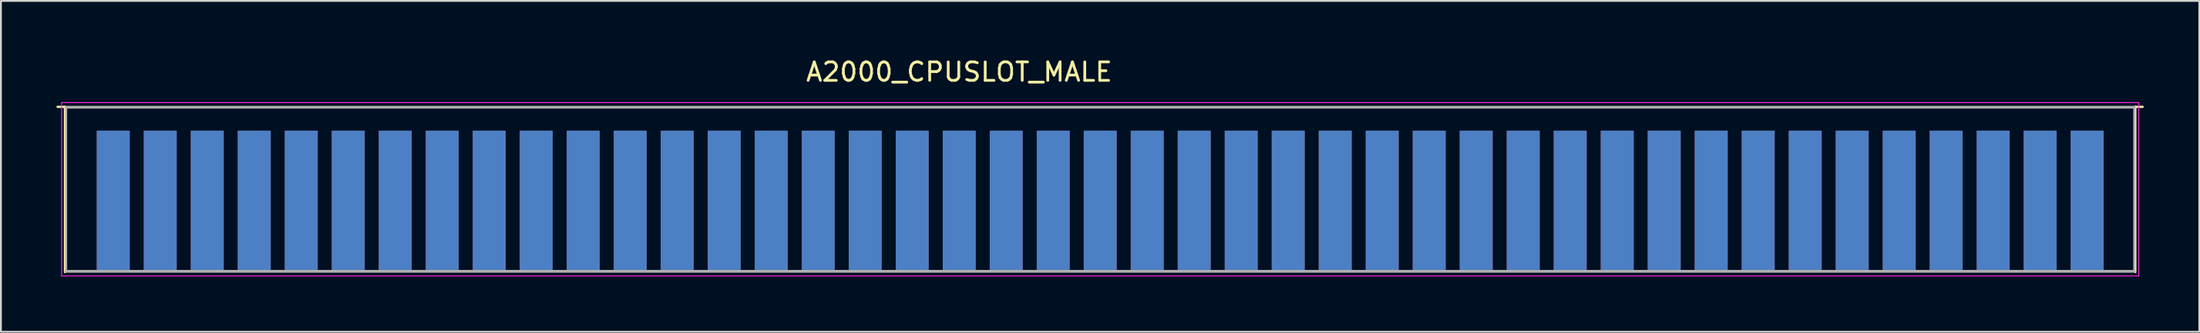
<source format=kicad_pcb>
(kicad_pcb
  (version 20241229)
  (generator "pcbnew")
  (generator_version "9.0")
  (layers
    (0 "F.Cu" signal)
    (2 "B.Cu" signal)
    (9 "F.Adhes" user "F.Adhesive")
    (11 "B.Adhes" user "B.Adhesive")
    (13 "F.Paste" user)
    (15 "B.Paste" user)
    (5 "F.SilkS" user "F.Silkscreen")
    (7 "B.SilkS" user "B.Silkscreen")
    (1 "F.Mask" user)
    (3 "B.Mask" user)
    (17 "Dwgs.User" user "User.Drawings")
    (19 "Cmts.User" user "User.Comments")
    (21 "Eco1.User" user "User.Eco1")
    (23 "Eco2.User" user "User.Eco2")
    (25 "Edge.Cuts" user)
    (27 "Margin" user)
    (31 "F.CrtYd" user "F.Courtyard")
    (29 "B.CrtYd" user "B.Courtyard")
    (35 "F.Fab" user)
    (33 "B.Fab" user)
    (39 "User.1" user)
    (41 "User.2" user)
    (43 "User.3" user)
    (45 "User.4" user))
  (footprint "A2000_CPUSLOT_MALE"
    (layer "F.Cu")
    (at 109.75 7.838)
    (property "Reference" "A2000_CPUSLOT_MALE" (at -60.96 -6.99 0) (layer "F.SilkS") (effects (font (size 1 1) (thickness 0.15))))
    (attr through_hole)
    (fp_line (start -109.29 -5.1) (end -109.69 -5.1) (stroke (width 0.12) (type solid)) (layer "F.SilkS"))
    (fp_line (start -109.29 3.85) (end -109.29 -5.1) (stroke (width 0.12) (type solid)) (layer "F.SilkS"))
    (fp_line (start 2.6 -5.1) (end 3 -5.1) (stroke (width 0.12) (type solid)) (layer "F.SilkS"))
    (fp_line (start 2.6 3.85) (end 2.6 -5.1) (stroke (width 0.12) (type solid)) (layer "F.SilkS"))
    (fp_line (start -109.47 -5.33) (end -109.47 4.06) (stroke (width 0.05) (type solid)) (layer "F.CrtYd"))
    (fp_line (start -109.47 -5.33) (end 2.79 -5.33) (stroke (width 0.05) (type solid)) (layer "F.CrtYd"))
    (fp_line (start 2.79 4.06) (end -109.47 4.06) (stroke (width 0.05) (type solid)) (layer "F.CrtYd"))
    (fp_line (start 2.79 4.06) (end 2.79 -5.33) (stroke (width 0.05) (type solid)) (layer "F.CrtYd"))
    (fp_line (start -109.22 3.81) (end -109.22 -5.08) (stroke (width 0.1) (type solid)) (layer "F.Fab"))
    (fp_line (start 2.54 -5.08) (end -109.22 -5.08) (stroke (width 0.15) (type solid)) (layer "F.Fab"))
    (fp_line (start 2.54 -5.08) (end 2.54 3.81) (stroke (width 0.1) (type solid)) (layer "F.Fab"))
    (fp_line (start 2.54 3.81) (end -109.22 3.81) (stroke (width 0.15) (type solid)) (layer "F.Fab"))
    (pad "1" connect rect (at 0 0) (size 1.78 7.62) (layers "B.Cu" "B.Mask"))
    (pad "2" connect rect (at 0 0) (size 1.78 7.62) (layers "F.Cu" "F.Mask"))
    (pad "3" connect rect (at -2.54 0) (size 1.78 7.62) (layers "B.Cu" "B.Mask"))
    (pad "4" connect rect (at -2.54 0) (size 1.78 7.62) (layers "F.Cu" "F.Mask"))
    (pad "5" connect rect (at -5.08 0) (size 1.78 7.62) (layers "B.Cu" "B.Mask"))
    (pad "6" connect rect (at -5.08 0) (size 1.78 7.62) (layers "F.Cu" "F.Mask"))
    (pad "7" connect rect (at -7.62 0) (size 1.78 7.62) (layers "B.Cu" "B.Mask"))
    (pad "8" connect rect (at -7.62 0) (size 1.78 7.62) (layers "F.Cu" "F.Mask"))
    (pad "9" connect rect (at -10.16 0) (size 1.78 7.62) (layers "B.Cu" "B.Mask"))
    (pad "10" connect rect (at -10.16 0) (size 1.78 7.62) (layers "F.Cu" "F.Mask"))
    (pad "11" connect rect (at -12.7 0) (size 1.78 7.62) (layers "B.Cu" "B.Mask"))
    (pad "12" connect rect (at -12.7 0) (size 1.78 7.62) (layers "F.Cu" "F.Mask"))
    (pad "13" connect rect (at -15.24 0) (size 1.78 7.62) (layers "B.Cu" "B.Mask"))
    (pad "14" connect rect (at -15.24 0) (size 1.78 7.62) (layers "F.Cu" "F.Mask"))
    (pad "15" connect rect (at -17.78 0) (size 1.78 7.62) (layers "B.Cu" "B.Mask"))
    (pad "16" connect rect (at -17.78 0) (size 1.78 7.62) (layers "F.Cu" "F.Mask"))
    (pad "17" connect rect (at -20.32 0) (size 1.78 7.62) (layers "B.Cu" "B.Mask"))
    (pad "18" connect rect (at -20.32 0) (size 1.78 7.62) (layers "F.Cu" "F.Mask"))
    (pad "19" connect rect (at -22.86 0) (size 1.78 7.62) (layers "B.Cu" "B.Mask"))
    (pad "20" connect rect (at -22.86 0) (size 1.78 7.62) (layers "F.Cu" "F.Mask"))
    (pad "21" connect rect (at -25.4 0) (size 1.78 7.62) (layers "B.Cu" "B.Mask"))
    (pad "22" connect rect (at -25.4 0) (size 1.78 7.62) (layers "F.Cu" "F.Mask"))
    (pad "23" connect rect (at -27.94 0) (size 1.78 7.62) (layers "B.Cu" "B.Mask"))
    (pad "24" connect rect (at -27.94 0) (size 1.78 7.62) (layers "F.Cu" "F.Mask"))
    (pad "25" connect rect (at -30.48 0) (size 1.78 7.62) (layers "B.Cu" "B.Mask"))
    (pad "26" connect rect (at -30.48 0) (size 1.78 7.62) (layers "F.Cu" "F.Mask"))
    (pad "27" connect rect (at -33.02 0) (size 1.78 7.62) (layers "B.Cu" "B.Mask"))
    (pad "28" connect rect (at -33.02 0) (size 1.78 7.62) (layers "F.Cu" "F.Mask"))
    (pad "29" connect rect (at -35.56 0) (size 1.78 7.62) (layers "B.Cu" "B.Mask"))
    (pad "30" connect rect (at -35.56 0) (size 1.78 7.62) (layers "F.Cu" "F.Mask"))
    (pad "31" connect rect (at -38.1 0) (size 1.78 7.62) (layers "B.Cu" "B.Mask"))
    (pad "32" connect rect (at -38.1 0) (size 1.78 7.62) (layers "F.Cu" "F.Mask"))
    (pad "33" connect rect (at -40.64 0) (size 1.78 7.62) (layers "B.Cu" "B.Mask"))
    (pad "34" connect rect (at -40.64 0) (size 1.78 7.62) (layers "F.Cu" "F.Mask"))
    (pad "35" connect rect (at -43.18 0) (size 1.78 7.62) (layers "B.Cu" "B.Mask"))
    (pad "36" connect rect (at -43.18 0) (size 1.78 7.62) (layers "F.Cu" "F.Mask"))
    (pad "37" connect rect (at -45.72 0) (size 1.78 7.62) (layers "B.Cu" "B.Mask"))
    (pad "38" connect rect (at -45.72 0) (size 1.78 7.62) (layers "F.Cu" "F.Mask"))
    (pad "39" connect rect (at -48.26 0) (size 1.78 7.62) (layers "B.Cu" "B.Mask"))
    (pad "40" connect rect (at -48.26 0) (size 1.78 7.62) (layers "F.Cu" "F.Mask"))
    (pad "41" connect rect (at -50.8 0) (size 1.78 7.62) (layers "B.Cu" "B.Mask"))
    (pad "42" connect rect (at -50.8 0) (size 1.78 7.62) (layers "F.Cu" "F.Mask"))
    (pad "43" connect rect (at -53.34 0) (size 1.78 7.62) (layers "B.Cu" "B.Mask"))
    (pad "44" connect rect (at -53.34 0) (size 1.78 7.62) (layers "F.Cu" "F.Mask"))
    (pad "45" connect rect (at -55.88 0) (size 1.78 7.62) (layers "B.Cu" "B.Mask"))
    (pad "46" connect rect (at -55.88 0) (size 1.78 7.62) (layers "F.Cu" "F.Mask"))
    (pad "47" connect rect (at -58.42 0) (size 1.78 7.62) (layers "B.Cu" "B.Mask"))
    (pad "48" connect rect (at -58.42 0) (size 1.78 7.62) (layers "F.Cu" "F.Mask"))
    (pad "49" connect rect (at -60.96 0) (size 1.78 7.62) (layers "B.Cu" "B.Mask"))
    (pad "50" connect rect (at -60.96 0) (size 1.78 7.62) (layers "F.Cu" "F.Mask"))
    (pad "51" connect rect (at -63.5 0) (size 1.78 7.62) (layers "B.Cu" "B.Mask"))
    (pad "52" connect rect (at -63.5 0) (size 1.78 7.62) (layers "F.Cu" "F.Mask"))
    (pad "53" connect rect (at -66.04 0) (size 1.78 7.62) (layers "B.Cu" "B.Mask"))
    (pad "54" connect rect (at -66.04 0) (size 1.78 7.62) (layers "F.Cu" "F.Mask"))
    (pad "55" connect rect (at -68.58 0) (size 1.78 7.62) (layers "B.Cu" "B.Mask"))
    (pad "56" connect rect (at -68.58 0) (size 1.78 7.62) (layers "F.Cu" "F.Mask"))
    (pad "57" connect rect (at -71.12 0) (size 1.78 7.62) (layers "B.Cu" "B.Mask"))
    (pad "58" connect rect (at -71.12 0) (size 1.78 7.62) (layers "F.Cu" "F.Mask"))
    (pad "59" connect rect (at -73.66 0) (size 1.78 7.62) (layers "B.Cu" "B.Mask"))
    (pad "60" connect rect (at -73.66 0) (size 1.78 7.62) (layers "F.Cu" "F.Mask"))
    (pad "61" connect rect (at -76.2 0) (size 1.78 7.62) (layers "B.Cu" "B.Mask"))
    (pad "62" connect rect (at -76.2 0) (size 1.78 7.62) (layers "F.Cu" "F.Mask"))
    (pad "63" connect rect (at -78.74 0) (size 1.78 7.62) (layers "B.Cu" "B.Mask"))
    (pad "64" connect rect (at -78.74 0) (size 1.78 7.62) (layers "F.Cu" "F.Mask"))
    (pad "65" connect rect (at -81.28 0) (size 1.78 7.62) (layers "B.Cu" "B.Mask"))
    (pad "66" connect rect (at -81.28 0) (size 1.78 7.62) (layers "F.Cu" "F.Mask"))
    (pad "67" connect rect (at -83.82 0) (size 1.78 7.62) (layers "B.Cu" "B.Mask"))
    (pad "68" connect rect (at -83.82 0) (size 1.78 7.62) (layers "F.Cu" "F.Mask"))
    (pad "69" connect rect (at -86.36 0) (size 1.78 7.62) (layers "B.Cu" "B.Mask"))
    (pad "70" connect rect (at -86.36 0) (size 1.78 7.62) (layers "F.Cu" "F.Mask"))
    (pad "71" connect rect (at -88.9 0) (size 1.78 7.62) (layers "B.Cu" "B.Mask"))
    (pad "72" connect rect (at -88.9 0) (size 1.78 7.62) (layers "F.Cu" "F.Mask"))
    (pad "73" connect rect (at -91.44 0) (size 1.78 7.62) (layers "B.Cu" "B.Mask"))
    (pad "74" connect rect (at -91.44 0) (size 1.78 7.62) (layers "F.Cu" "F.Mask"))
    (pad "75" connect rect (at -93.98 0) (size 1.78 7.62) (layers "B.Cu" "B.Mask"))
    (pad "76" connect rect (at -93.98 0) (size 1.78 7.62) (layers "F.Cu" "F.Mask"))
    (pad "77" connect rect (at -96.52 0) (size 1.78 7.62) (layers "B.Cu" "B.Mask"))
    (pad "78" connect rect (at -96.52 0) (size 1.78 7.62) (layers "F.Cu" "F.Mask"))
    (pad "79" connect rect (at -99.06 0) (size 1.78 7.62) (layers "B.Cu" "B.Mask"))
    (pad "80" connect rect (at -99.06 0) (size 1.78 7.62) (layers "F.Cu" "F.Mask"))
    (pad "81" connect rect (at -101.6 0) (size 1.78 7.62) (layers "B.Cu" "B.Mask"))
    (pad "82" connect rect (at -101.6 0) (size 1.78 7.62) (layers "F.Cu" "F.Mask"))
    (pad "83" connect rect (at -104.14 0) (size 1.78 7.62) (layers "B.Cu" "B.Mask"))
    (pad "84" connect rect (at -104.14 0) (size 1.78 7.62) (layers "F.Cu" "F.Mask"))
    (pad "85" connect rect (at -106.68 0) (size 1.78 7.62) (layers "B.Cu" "B.Mask"))
    (pad "86" connect rect (at -106.68 0) (size 1.78 7.62) (layers "F.Cu" "F.Mask")))
  (gr_rect
    (start -3 -3)
    (end 115.81 14.923)
    (stroke (width 0.1) (type default))
    (fill no)
    (layer "Edge.Cuts")))
</source>
